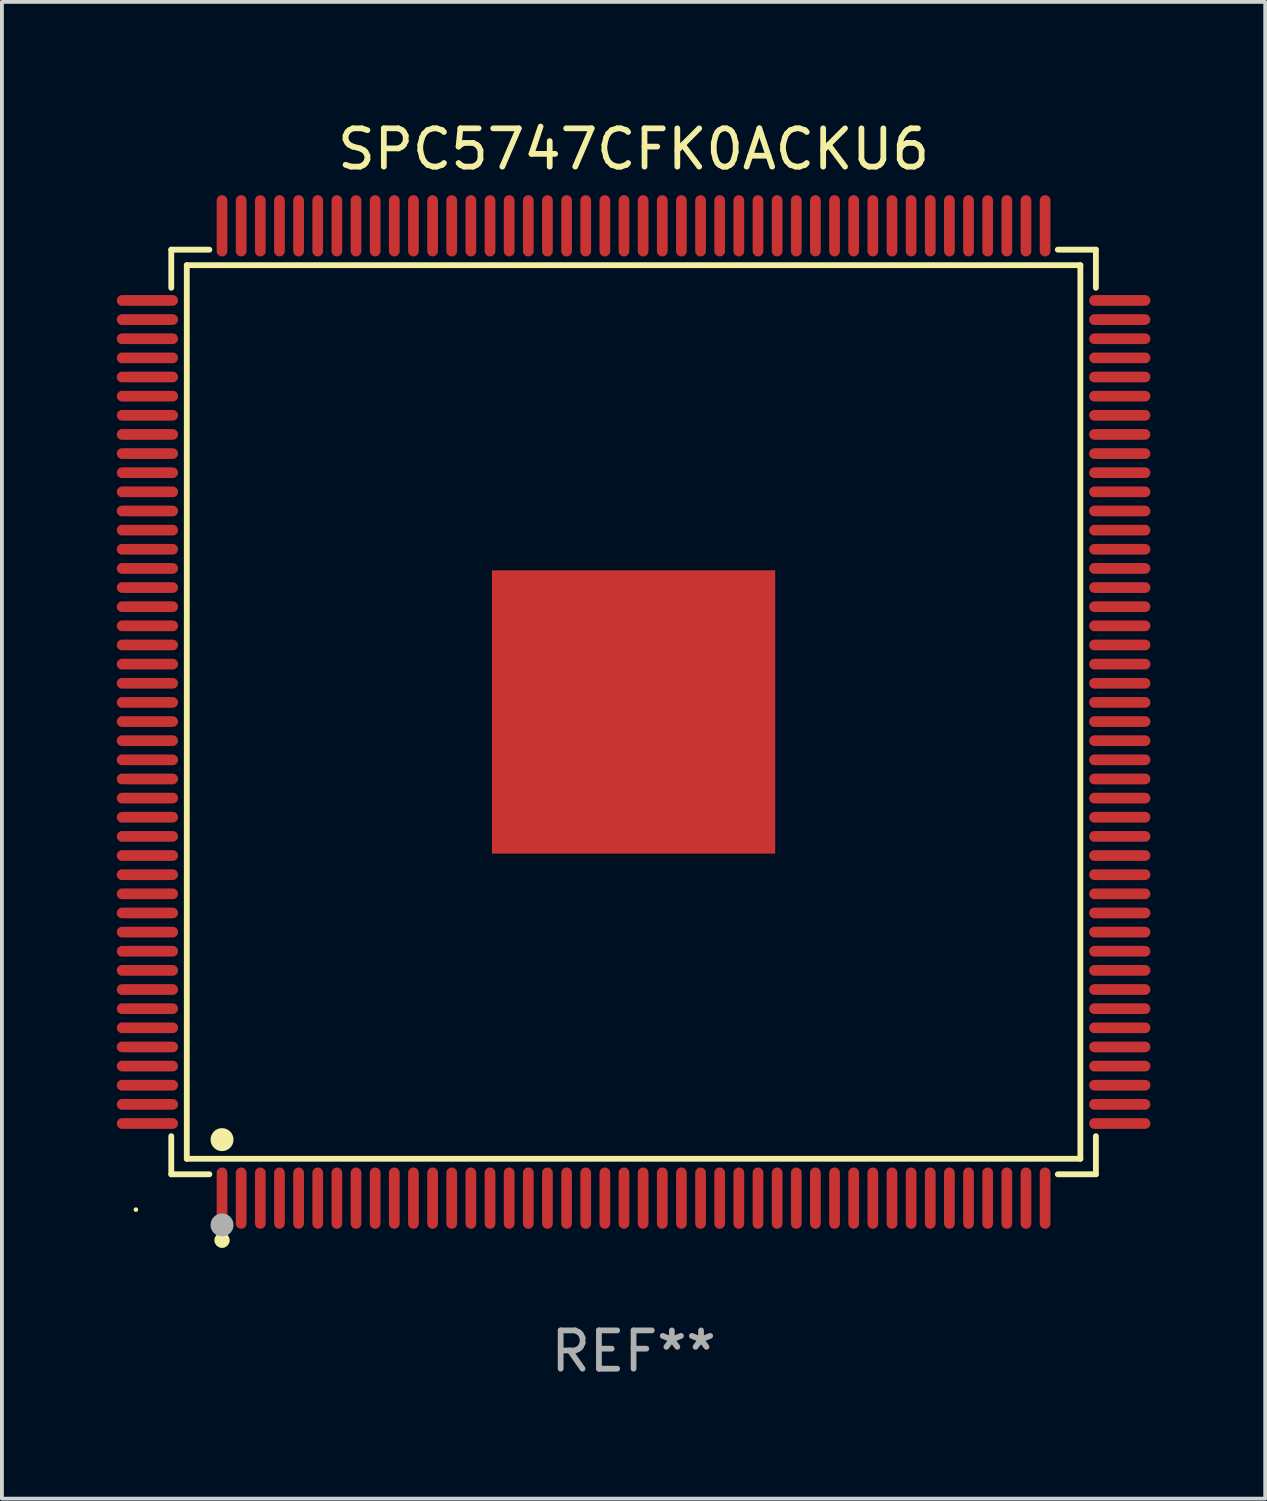
<source format=kicad_pcb>
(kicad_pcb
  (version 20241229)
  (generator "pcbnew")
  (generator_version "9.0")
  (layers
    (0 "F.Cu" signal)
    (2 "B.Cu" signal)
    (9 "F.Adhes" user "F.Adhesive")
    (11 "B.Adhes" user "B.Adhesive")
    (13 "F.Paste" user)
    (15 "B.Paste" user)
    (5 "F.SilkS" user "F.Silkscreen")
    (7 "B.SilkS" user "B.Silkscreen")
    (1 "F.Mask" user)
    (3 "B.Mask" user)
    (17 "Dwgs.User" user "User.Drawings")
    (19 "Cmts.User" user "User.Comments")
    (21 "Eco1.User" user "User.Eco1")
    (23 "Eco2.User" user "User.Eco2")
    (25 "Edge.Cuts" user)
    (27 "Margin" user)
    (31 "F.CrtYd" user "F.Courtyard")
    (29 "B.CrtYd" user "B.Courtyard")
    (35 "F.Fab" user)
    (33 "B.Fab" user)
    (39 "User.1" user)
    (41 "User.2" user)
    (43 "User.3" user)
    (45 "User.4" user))
  (footprint "SPC5747CFK0ACKU6"
    (layer "F.Cu")
    (at 13.5 15.548)
    (property "Reference" "SPC5747CFK0ACKU6" (at 0 -14.7 0) (layer "F.SilkS") (effects (font (size 1 1) (thickness 0.15))))
    (attr through_hole)
    (fp_line (start -12.076 -12.076) (end -11.081 -12.076) (stroke (width 0.152) (type solid)) (layer "F.SilkS"))
    (fp_line (start -12.076 -11.081) (end -12.076 -12.076) (stroke (width 0.152) (type solid)) (layer "F.SilkS"))
    (fp_line (start -12.076 11.081) (end -12.076 12.076) (stroke (width 0.152) (type solid)) (layer "F.SilkS"))
    (fp_line (start -12.076 12.076) (end -11.081 12.076) (stroke (width 0.152) (type solid)) (layer "F.SilkS"))
    (fp_line (start -11.671 -11.671) (end 11.671 -11.671) (stroke (width 0.152) (type solid)) (layer "F.SilkS"))
    (fp_line (start -11.671 11.671) (end -11.671 -11.671) (stroke (width 0.152) (type solid)) (layer "F.SilkS"))
    (fp_line (start 11.671 -11.671) (end 11.671 11.671) (stroke (width 0.152) (type solid)) (layer "F.SilkS"))
    (fp_line (start 11.671 11.671) (end -11.671 11.671) (stroke (width 0.152) (type solid)) (layer "F.SilkS"))
    (fp_line (start 12.076 -12.076) (end 11.081 -12.076) (stroke (width 0.152) (type solid)) (layer "F.SilkS"))
    (fp_line (start 12.076 -11.081) (end 12.076 -12.076) (stroke (width 0.152) (type solid)) (layer "F.SilkS"))
    (fp_line (start 12.076 11.081) (end 12.076 12.076) (stroke (width 0.152) (type solid)) (layer "F.SilkS"))
    (fp_line (start 12.076 12.076) (end 11.081 12.076) (stroke (width 0.152) (type solid)) (layer "F.SilkS"))
    (fp_circle (center -13 13) (end -12.97 13) (stroke (width 0.06) (type solid)) (fill no) (layer "F.SilkS"))
    (fp_circle (center -10.75 11.171) (end -10.6 11.171) (stroke (width 0.3) (type solid)) (fill no) (layer "F.SilkS"))
    (fp_circle (center -10.75 13.8) (end -10.65 13.8) (stroke (width 0.2) (type solid)) (fill no) (layer "F.SilkS"))
    (fp_circle (center -10.75 13.4) (end -10.6 13.4) (stroke (width 0.3) (type solid)) (fill no) (layer "F.Fab"))
    (fp_text user "REF**" (at 0 16.7 0) (layer "F.Fab") (effects (font (size 1 1) (thickness 0.15))))
    (pad "1" smd oval (at -10.75 12.7) (size 0.28 1.6) (layers "F.Cu" "F.Mask" "F.Paste"))
    (pad "2" smd oval (at -10.25 12.7) (size 0.28 1.6) (layers "F.Cu" "F.Mask" "F.Paste"))
    (pad "3" smd oval (at -9.75 12.7) (size 0.28 1.6) (layers "F.Cu" "F.Mask" "F.Paste"))
    (pad "4" smd oval (at -9.25 12.7) (size 0.28 1.6) (layers "F.Cu" "F.Mask" "F.Paste"))
    (pad "5" smd oval (at -8.75 12.7) (size 0.28 1.6) (layers "F.Cu" "F.Mask" "F.Paste"))
    (pad "6" smd oval (at -8.25 12.7) (size 0.28 1.6) (layers "F.Cu" "F.Mask" "F.Paste"))
    (pad "7" smd oval (at -7.75 12.7) (size 0.28 1.6) (layers "F.Cu" "F.Mask" "F.Paste"))
    (pad "8" smd oval (at -7.25 12.7) (size 0.28 1.6) (layers "F.Cu" "F.Mask" "F.Paste"))
    (pad "9" smd oval (at -6.75 12.7) (size 0.28 1.6) (layers "F.Cu" "F.Mask" "F.Paste"))
    (pad "10" smd oval (at -6.25 12.7) (size 0.28 1.6) (layers "F.Cu" "F.Mask" "F.Paste"))
    (pad "11" smd oval (at -5.75 12.7) (size 0.28 1.6) (layers "F.Cu" "F.Mask" "F.Paste"))
    (pad "12" smd oval (at -5.25 12.7) (size 0.28 1.6) (layers "F.Cu" "F.Mask" "F.Paste"))
    (pad "13" smd oval (at -4.75 12.7) (size 0.28 1.6) (layers "F.Cu" "F.Mask" "F.Paste"))
    (pad "14" smd oval (at -4.25 12.7) (size 0.28 1.6) (layers "F.Cu" "F.Mask" "F.Paste"))
    (pad "15" smd oval (at -3.75 12.7) (size 0.28 1.6) (layers "F.Cu" "F.Mask" "F.Paste"))
    (pad "16" smd oval (at -3.25 12.7) (size 0.28 1.6) (layers "F.Cu" "F.Mask" "F.Paste"))
    (pad "17" smd oval (at -2.75 12.7) (size 0.28 1.6) (layers "F.Cu" "F.Mask" "F.Paste"))
    (pad "18" smd oval (at -2.25 12.7) (size 0.28 1.6) (layers "F.Cu" "F.Mask" "F.Paste"))
    (pad "19" smd oval (at -1.75 12.7) (size 0.28 1.6) (layers "F.Cu" "F.Mask" "F.Paste"))
    (pad "20" smd oval (at -1.25 12.7) (size 0.28 1.6) (layers "F.Cu" "F.Mask" "F.Paste"))
    (pad "21" smd oval (at -0.75 12.7) (size 0.28 1.6) (layers "F.Cu" "F.Mask" "F.Paste"))
    (pad "22" smd oval (at -0.25 12.7) (size 0.28 1.6) (layers "F.Cu" "F.Mask" "F.Paste"))
    (pad "23" smd oval (at 0.25 12.7) (size 0.28 1.6) (layers "F.Cu" "F.Mask" "F.Paste"))
    (pad "24" smd oval (at 0.75 12.7) (size 0.28 1.6) (layers "F.Cu" "F.Mask" "F.Paste"))
    (pad "25" smd oval (at 1.25 12.7) (size 0.28 1.6) (layers "F.Cu" "F.Mask" "F.Paste"))
    (pad "26" smd oval (at 1.75 12.7) (size 0.28 1.6) (layers "F.Cu" "F.Mask" "F.Paste"))
    (pad "27" smd oval (at 2.25 12.7) (size 0.28 1.6) (layers "F.Cu" "F.Mask" "F.Paste"))
    (pad "28" smd oval (at 2.75 12.7) (size 0.28 1.6) (layers "F.Cu" "F.Mask" "F.Paste"))
    (pad "29" smd oval (at 3.25 12.7) (size 0.28 1.6) (layers "F.Cu" "F.Mask" "F.Paste"))
    (pad "30" smd oval (at 3.75 12.7) (size 0.28 1.6) (layers "F.Cu" "F.Mask" "F.Paste"))
    (pad "31" smd oval (at 4.25 12.7) (size 0.28 1.6) (layers "F.Cu" "F.Mask" "F.Paste"))
    (pad "32" smd oval (at 4.75 12.7) (size 0.28 1.6) (layers "F.Cu" "F.Mask" "F.Paste"))
    (pad "33" smd oval (at 5.25 12.7) (size 0.28 1.6) (layers "F.Cu" "F.Mask" "F.Paste"))
    (pad "34" smd oval (at 5.75 12.7) (size 0.28 1.6) (layers "F.Cu" "F.Mask" "F.Paste"))
    (pad "35" smd oval (at 6.25 12.7) (size 0.28 1.6) (layers "F.Cu" "F.Mask" "F.Paste"))
    (pad "36" smd oval (at 6.75 12.7) (size 0.28 1.6) (layers "F.Cu" "F.Mask" "F.Paste"))
    (pad "37" smd oval (at 7.25 12.7) (size 0.28 1.6) (layers "F.Cu" "F.Mask" "F.Paste"))
    (pad "38" smd oval (at 7.75 12.7) (size 0.28 1.6) (layers "F.Cu" "F.Mask" "F.Paste"))
    (pad "39" smd oval (at 8.25 12.7) (size 0.28 1.6) (layers "F.Cu" "F.Mask" "F.Paste"))
    (pad "40" smd oval (at 8.75 12.7) (size 0.28 1.6) (layers "F.Cu" "F.Mask" "F.Paste"))
    (pad "41" smd oval (at 9.25 12.7) (size 0.28 1.6) (layers "F.Cu" "F.Mask" "F.Paste"))
    (pad "42" smd oval (at 9.75 12.7) (size 0.28 1.6) (layers "F.Cu" "F.Mask" "F.Paste"))
    (pad "43" smd oval (at 10.25 12.7) (size 0.28 1.6) (layers "F.Cu" "F.Mask" "F.Paste"))
    (pad "44" smd oval (at 10.75 12.7) (size 0.28 1.6) (layers "F.Cu" "F.Mask" "F.Paste"))
    (pad "45" smd oval (at 12.7 10.75) (size 1.6 0.28) (layers "F.Cu" "F.Mask" "F.Paste"))
    (pad "46" smd oval (at 12.7 10.25) (size 1.6 0.28) (layers "F.Cu" "F.Mask" "F.Paste"))
    (pad "47" smd oval (at 12.7 9.75) (size 1.6 0.28) (layers "F.Cu" "F.Mask" "F.Paste"))
    (pad "48" smd oval (at 12.7 9.25) (size 1.6 0.28) (layers "F.Cu" "F.Mask" "F.Paste"))
    (pad "49" smd oval (at 12.7 8.75) (size 1.6 0.28) (layers "F.Cu" "F.Mask" "F.Paste"))
    (pad "50" smd oval (at 12.7 8.25) (size 1.6 0.28) (layers "F.Cu" "F.Mask" "F.Paste"))
    (pad "51" smd oval (at 12.7 7.75) (size 1.6 0.28) (layers "F.Cu" "F.Mask" "F.Paste"))
    (pad "52" smd oval (at 12.7 7.25) (size 1.6 0.28) (layers "F.Cu" "F.Mask" "F.Paste"))
    (pad "53" smd oval (at 12.7 6.75) (size 1.6 0.28) (layers "F.Cu" "F.Mask" "F.Paste"))
    (pad "54" smd oval (at 12.7 6.25) (size 1.6 0.28) (layers "F.Cu" "F.Mask" "F.Paste"))
    (pad "55" smd oval (at 12.7 5.75) (size 1.6 0.28) (layers "F.Cu" "F.Mask" "F.Paste"))
    (pad "56" smd oval (at 12.7 5.25) (size 1.6 0.28) (layers "F.Cu" "F.Mask" "F.Paste"))
    (pad "57" smd oval (at 12.7 4.75) (size 1.6 0.28) (layers "F.Cu" "F.Mask" "F.Paste"))
    (pad "58" smd oval (at 12.7 4.25) (size 1.6 0.28) (layers "F.Cu" "F.Mask" "F.Paste"))
    (pad "59" smd oval (at 12.7 3.75) (size 1.6 0.28) (layers "F.Cu" "F.Mask" "F.Paste"))
    (pad "60" smd oval (at 12.7 3.25) (size 1.6 0.28) (layers "F.Cu" "F.Mask" "F.Paste"))
    (pad "61" smd oval (at 12.7 2.75) (size 1.6 0.28) (layers "F.Cu" "F.Mask" "F.Paste"))
    (pad "62" smd oval (at 12.7 2.25) (size 1.6 0.28) (layers "F.Cu" "F.Mask" "F.Paste"))
    (pad "63" smd oval (at 12.7 1.75) (size 1.6 0.28) (layers "F.Cu" "F.Mask" "F.Paste"))
    (pad "64" smd oval (at 12.7 1.25) (size 1.6 0.28) (layers "F.Cu" "F.Mask" "F.Paste"))
    (pad "65" smd oval (at 12.7 0.75) (size 1.6 0.28) (layers "F.Cu" "F.Mask" "F.Paste"))
    (pad "66" smd oval (at 12.7 0.25) (size 1.6 0.28) (layers "F.Cu" "F.Mask" "F.Paste"))
    (pad "67" smd oval (at 12.7 -0.25) (size 1.6 0.28) (layers "F.Cu" "F.Mask" "F.Paste"))
    (pad "68" smd oval (at 12.7 -0.75) (size 1.6 0.28) (layers "F.Cu" "F.Mask" "F.Paste"))
    (pad "69" smd oval (at 12.7 -1.25) (size 1.6 0.28) (layers "F.Cu" "F.Mask" "F.Paste"))
    (pad "70" smd oval (at 12.7 -1.75) (size 1.6 0.28) (layers "F.Cu" "F.Mask" "F.Paste"))
    (pad "71" smd oval (at 12.7 -2.25) (size 1.6 0.28) (layers "F.Cu" "F.Mask" "F.Paste"))
    (pad "72" smd oval (at 12.7 -2.75) (size 1.6 0.28) (layers "F.Cu" "F.Mask" "F.Paste"))
    (pad "73" smd oval (at 12.7 -3.25) (size 1.6 0.28) (layers "F.Cu" "F.Mask" "F.Paste"))
    (pad "74" smd oval (at 12.7 -3.75) (size 1.6 0.28) (layers "F.Cu" "F.Mask" "F.Paste"))
    (pad "75" smd oval (at 12.7 -4.25) (size 1.6 0.28) (layers "F.Cu" "F.Mask" "F.Paste"))
    (pad "76" smd oval (at 12.7 -4.75) (size 1.6 0.28) (layers "F.Cu" "F.Mask" "F.Paste"))
    (pad "77" smd oval (at 12.7 -5.25) (size 1.6 0.28) (layers "F.Cu" "F.Mask" "F.Paste"))
    (pad "78" smd oval (at 12.7 -5.75) (size 1.6 0.28) (layers "F.Cu" "F.Mask" "F.Paste"))
    (pad "79" smd oval (at 12.7 -6.25) (size 1.6 0.28) (layers "F.Cu" "F.Mask" "F.Paste"))
    (pad "80" smd oval (at 12.7 -6.75) (size 1.6 0.28) (layers "F.Cu" "F.Mask" "F.Paste"))
    (pad "81" smd oval (at 12.7 -7.25) (size 1.6 0.28) (layers "F.Cu" "F.Mask" "F.Paste"))
    (pad "82" smd oval (at 12.7 -7.75) (size 1.6 0.28) (layers "F.Cu" "F.Mask" "F.Paste"))
    (pad "83" smd oval (at 12.7 -8.25) (size 1.6 0.28) (layers "F.Cu" "F.Mask" "F.Paste"))
    (pad "84" smd oval (at 12.7 -8.75) (size 1.6 0.28) (layers "F.Cu" "F.Mask" "F.Paste"))
    (pad "85" smd oval (at 12.7 -9.25) (size 1.6 0.28) (layers "F.Cu" "F.Mask" "F.Paste"))
    (pad "86" smd oval (at 12.7 -9.75) (size 1.6 0.28) (layers "F.Cu" "F.Mask" "F.Paste"))
    (pad "87" smd oval (at 12.7 -10.25) (size 1.6 0.28) (layers "F.Cu" "F.Mask" "F.Paste"))
    (pad "88" smd oval (at 12.7 -10.75) (size 1.6 0.28) (layers "F.Cu" "F.Mask" "F.Paste"))
    (pad "89" smd oval (at 10.75 -12.7) (size 0.28 1.6) (layers "F.Cu" "F.Mask" "F.Paste"))
    (pad "90" smd oval (at 10.25 -12.7) (size 0.28 1.6) (layers "F.Cu" "F.Mask" "F.Paste"))
    (pad "91" smd oval (at 9.75 -12.7) (size 0.28 1.6) (layers "F.Cu" "F.Mask" "F.Paste"))
    (pad "92" smd oval (at 9.25 -12.7) (size 0.28 1.6) (layers "F.Cu" "F.Mask" "F.Paste"))
    (pad "93" smd oval (at 8.75 -12.7) (size 0.28 1.6) (layers "F.Cu" "F.Mask" "F.Paste"))
    (pad "94" smd oval (at 8.25 -12.7) (size 0.28 1.6) (layers "F.Cu" "F.Mask" "F.Paste"))
    (pad "95" smd oval (at 7.75 -12.7) (size 0.28 1.6) (layers "F.Cu" "F.Mask" "F.Paste"))
    (pad "96" smd oval (at 7.25 -12.7) (size 0.28 1.6) (layers "F.Cu" "F.Mask" "F.Paste"))
    (pad "97" smd oval (at 6.75 -12.7) (size 0.28 1.6) (layers "F.Cu" "F.Mask" "F.Paste"))
    (pad "98" smd oval (at 6.25 -12.7) (size 0.28 1.6) (layers "F.Cu" "F.Mask" "F.Paste"))
    (pad "99" smd oval (at 5.75 -12.7) (size 0.28 1.6) (layers "F.Cu" "F.Mask" "F.Paste"))
    (pad "100" smd oval (at 5.25 -12.7) (size 0.28 1.6) (layers "F.Cu" "F.Mask" "F.Paste"))
    (pad "101" smd oval (at 4.75 -12.7) (size 0.28 1.6) (layers "F.Cu" "F.Mask" "F.Paste"))
    (pad "102" smd oval (at 4.25 -12.7) (size 0.28 1.6) (layers "F.Cu" "F.Mask" "F.Paste"))
    (pad "103" smd oval (at 3.75 -12.7) (size 0.28 1.6) (layers "F.Cu" "F.Mask" "F.Paste"))
    (pad "104" smd oval (at 3.25 -12.7) (size 0.28 1.6) (layers "F.Cu" "F.Mask" "F.Paste"))
    (pad "105" smd oval (at 2.75 -12.7) (size 0.28 1.6) (layers "F.Cu" "F.Mask" "F.Paste"))
    (pad "106" smd oval (at 2.25 -12.7) (size 0.28 1.6) (layers "F.Cu" "F.Mask" "F.Paste"))
    (pad "107" smd oval (at 1.75 -12.7) (size 0.28 1.6) (layers "F.Cu" "F.Mask" "F.Paste"))
    (pad "108" smd oval (at 1.25 -12.7) (size 0.28 1.6) (layers "F.Cu" "F.Mask" "F.Paste"))
    (pad "109" smd oval (at 0.75 -12.7) (size 0.28 1.6) (layers "F.Cu" "F.Mask" "F.Paste"))
    (pad "110" smd oval (at 0.25 -12.7) (size 0.28 1.6) (layers "F.Cu" "F.Mask" "F.Paste"))
    (pad "111" smd oval (at -0.25 -12.7) (size 0.28 1.6) (layers "F.Cu" "F.Mask" "F.Paste"))
    (pad "112" smd oval (at -0.75 -12.7) (size 0.28 1.6) (layers "F.Cu" "F.Mask" "F.Paste"))
    (pad "113" smd oval (at -1.25 -12.7) (size 0.28 1.6) (layers "F.Cu" "F.Mask" "F.Paste"))
    (pad "114" smd oval (at -1.75 -12.7) (size 0.28 1.6) (layers "F.Cu" "F.Mask" "F.Paste"))
    (pad "115" smd oval (at -2.25 -12.7) (size 0.28 1.6) (layers "F.Cu" "F.Mask" "F.Paste"))
    (pad "116" smd oval (at -2.75 -12.7) (size 0.28 1.6) (layers "F.Cu" "F.Mask" "F.Paste"))
    (pad "117" smd oval (at -3.25 -12.7) (size 0.28 1.6) (layers "F.Cu" "F.Mask" "F.Paste"))
    (pad "118" smd oval (at -3.75 -12.7) (size 0.28 1.6) (layers "F.Cu" "F.Mask" "F.Paste"))
    (pad "119" smd oval (at -4.25 -12.7) (size 0.28 1.6) (layers "F.Cu" "F.Mask" "F.Paste"))
    (pad "120" smd oval (at -4.75 -12.7) (size 0.28 1.6) (layers "F.Cu" "F.Mask" "F.Paste"))
    (pad "121" smd oval (at -5.25 -12.7) (size 0.28 1.6) (layers "F.Cu" "F.Mask" "F.Paste"))
    (pad "122" smd oval (at -5.75 -12.7) (size 0.28 1.6) (layers "F.Cu" "F.Mask" "F.Paste"))
    (pad "123" smd oval (at -6.25 -12.7) (size 0.28 1.6) (layers "F.Cu" "F.Mask" "F.Paste"))
    (pad "124" smd oval (at -6.75 -12.7) (size 0.28 1.6) (layers "F.Cu" "F.Mask" "F.Paste"))
    (pad "125" smd oval (at -7.25 -12.7) (size 0.28 1.6) (layers "F.Cu" "F.Mask" "F.Paste"))
    (pad "126" smd oval (at -7.75 -12.7) (size 0.28 1.6) (layers "F.Cu" "F.Mask" "F.Paste"))
    (pad "127" smd oval (at -8.25 -12.7) (size 0.28 1.6) (layers "F.Cu" "F.Mask" "F.Paste"))
    (pad "128" smd oval (at -8.75 -12.7) (size 0.28 1.6) (layers "F.Cu" "F.Mask" "F.Paste"))
    (pad "129" smd oval (at -9.25 -12.7) (size 0.28 1.6) (layers "F.Cu" "F.Mask" "F.Paste"))
    (pad "130" smd oval (at -9.75 -12.7) (size 0.28 1.6) (layers "F.Cu" "F.Mask" "F.Paste"))
    (pad "131" smd oval (at -10.25 -12.7) (size 0.28 1.6) (layers "F.Cu" "F.Mask" "F.Paste"))
    (pad "132" smd oval (at -10.75 -12.7) (size 0.28 1.6) (layers "F.Cu" "F.Mask" "F.Paste"))
    (pad "133" smd oval (at -12.7 -10.75) (size 1.6 0.28) (layers "F.Cu" "F.Mask" "F.Paste"))
    (pad "134" smd oval (at -12.7 -10.25) (size 1.6 0.28) (layers "F.Cu" "F.Mask" "F.Paste"))
    (pad "135" smd oval (at -12.7 -9.75) (size 1.6 0.28) (layers "F.Cu" "F.Mask" "F.Paste"))
    (pad "136" smd oval (at -12.7 -9.25) (size 1.6 0.28) (layers "F.Cu" "F.Mask" "F.Paste"))
    (pad "137" smd oval (at -12.7 -8.75) (size 1.6 0.28) (layers "F.Cu" "F.Mask" "F.Paste"))
    (pad "138" smd oval (at -12.7 -8.25) (size 1.6 0.28) (layers "F.Cu" "F.Mask" "F.Paste"))
    (pad "139" smd oval (at -12.7 -7.75) (size 1.6 0.28) (layers "F.Cu" "F.Mask" "F.Paste"))
    (pad "140" smd oval (at -12.7 -7.25) (size 1.6 0.28) (layers "F.Cu" "F.Mask" "F.Paste"))
    (pad "141" smd oval (at -12.7 -6.75) (size 1.6 0.28) (layers "F.Cu" "F.Mask" "F.Paste"))
    (pad "142" smd oval (at -12.7 -6.25) (size 1.6 0.28) (layers "F.Cu" "F.Mask" "F.Paste"))
    (pad "143" smd oval (at -12.7 -5.75) (size 1.6 0.28) (layers "F.Cu" "F.Mask" "F.Paste"))
    (pad "144" smd oval (at -12.7 -5.25) (size 1.6 0.28) (layers "F.Cu" "F.Mask" "F.Paste"))
    (pad "145" smd oval (at -12.7 -4.75) (size 1.6 0.28) (layers "F.Cu" "F.Mask" "F.Paste"))
    (pad "146" smd oval (at -12.7 -4.25) (size 1.6 0.28) (layers "F.Cu" "F.Mask" "F.Paste"))
    (pad "147" smd oval (at -12.7 -3.75) (size 1.6 0.28) (layers "F.Cu" "F.Mask" "F.Paste"))
    (pad "148" smd oval (at -12.7 -3.25) (size 1.6 0.28) (layers "F.Cu" "F.Mask" "F.Paste"))
    (pad "149" smd oval (at -12.7 -2.75) (size 1.6 0.28) (layers "F.Cu" "F.Mask" "F.Paste"))
    (pad "150" smd oval (at -12.7 -2.25) (size 1.6 0.28) (layers "F.Cu" "F.Mask" "F.Paste"))
    (pad "151" smd oval (at -12.7 -1.75) (size 1.6 0.28) (layers "F.Cu" "F.Mask" "F.Paste"))
    (pad "152" smd oval (at -12.7 -1.25) (size 1.6 0.28) (layers "F.Cu" "F.Mask" "F.Paste"))
    (pad "153" smd oval (at -12.7 -0.75) (size 1.6 0.28) (layers "F.Cu" "F.Mask" "F.Paste"))
    (pad "154" smd oval (at -12.7 -0.25) (size 1.6 0.28) (layers "F.Cu" "F.Mask" "F.Paste"))
    (pad "155" smd oval (at -12.7 0.25) (size 1.6 0.28) (layers "F.Cu" "F.Mask" "F.Paste"))
    (pad "156" smd oval (at -12.7 0.75) (size 1.6 0.28) (layers "F.Cu" "F.Mask" "F.Paste"))
    (pad "157" smd oval (at -12.7 1.25) (size 1.6 0.28) (layers "F.Cu" "F.Mask" "F.Paste"))
    (pad "158" smd oval (at -12.7 1.75) (size 1.6 0.28) (layers "F.Cu" "F.Mask" "F.Paste"))
    (pad "159" smd oval (at -12.7 2.25) (size 1.6 0.28) (layers "F.Cu" "F.Mask" "F.Paste"))
    (pad "160" smd oval (at -12.7 2.75) (size 1.6 0.28) (layers "F.Cu" "F.Mask" "F.Paste"))
    (pad "161" smd oval (at -12.7 3.25) (size 1.6 0.28) (layers "F.Cu" "F.Mask" "F.Paste"))
    (pad "162" smd oval (at -12.7 3.75) (size 1.6 0.28) (layers "F.Cu" "F.Mask" "F.Paste"))
    (pad "163" smd oval (at -12.7 4.25) (size 1.6 0.28) (layers "F.Cu" "F.Mask" "F.Paste"))
    (pad "164" smd oval (at -12.7 4.75) (size 1.6 0.28) (layers "F.Cu" "F.Mask" "F.Paste"))
    (pad "165" smd oval (at -12.7 5.25) (size 1.6 0.28) (layers "F.Cu" "F.Mask" "F.Paste"))
    (pad "166" smd oval (at -12.7 5.75) (size 1.6 0.28) (layers "F.Cu" "F.Mask" "F.Paste"))
    (pad "167" smd oval (at -12.7 6.25) (size 1.6 0.28) (layers "F.Cu" "F.Mask" "F.Paste"))
    (pad "168" smd oval (at -12.7 6.75) (size 1.6 0.28) (layers "F.Cu" "F.Mask" "F.Paste"))
    (pad "169" smd oval (at -12.7 7.25) (size 1.6 0.28) (layers "F.Cu" "F.Mask" "F.Paste"))
    (pad "170" smd oval (at -12.7 7.75) (size 1.6 0.28) (layers "F.Cu" "F.Mask" "F.Paste"))
    (pad "171" smd oval (at -12.7 8.25) (size 1.6 0.28) (layers "F.Cu" "F.Mask" "F.Paste"))
    (pad "172" smd oval (at -12.7 8.75) (size 1.6 0.28) (layers "F.Cu" "F.Mask" "F.Paste"))
    (pad "173" smd oval (at -12.7 9.25) (size 1.6 0.28) (layers "F.Cu" "F.Mask" "F.Paste"))
    (pad "174" smd oval (at -12.7 9.75) (size 1.6 0.28) (layers "F.Cu" "F.Mask" "F.Paste"))
    (pad "175" smd oval (at -12.7 10.25) (size 1.6 0.28) (layers "F.Cu" "F.Mask" "F.Paste"))
    (pad "176" smd oval (at -12.7 10.75) (size 1.6 0.28) (layers "F.Cu" "F.Mask" "F.Paste"))
    (pad "177" smd rect (at 0 0) (size 7.4 7.4) (layers "F.Cu" "F.Mask" "F.Paste")))
  (gr_rect
    (start -3 -3)
    (end 30 36.097)
    (stroke (width 0.1) (type default))
    (fill no)
    (layer "Edge.Cuts")))
</source>
